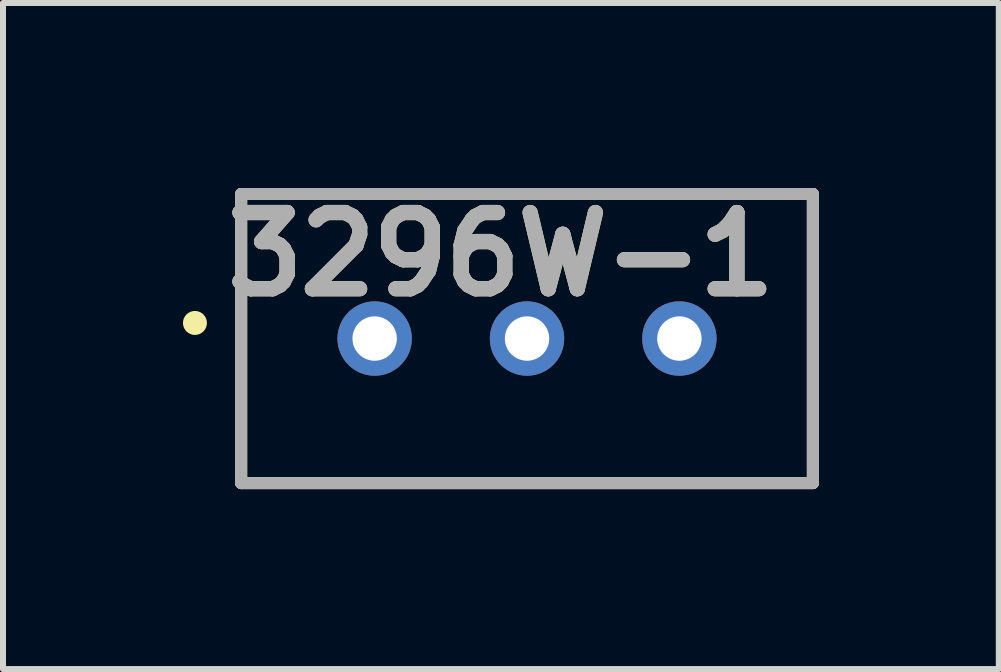
<source format=kicad_pcb>
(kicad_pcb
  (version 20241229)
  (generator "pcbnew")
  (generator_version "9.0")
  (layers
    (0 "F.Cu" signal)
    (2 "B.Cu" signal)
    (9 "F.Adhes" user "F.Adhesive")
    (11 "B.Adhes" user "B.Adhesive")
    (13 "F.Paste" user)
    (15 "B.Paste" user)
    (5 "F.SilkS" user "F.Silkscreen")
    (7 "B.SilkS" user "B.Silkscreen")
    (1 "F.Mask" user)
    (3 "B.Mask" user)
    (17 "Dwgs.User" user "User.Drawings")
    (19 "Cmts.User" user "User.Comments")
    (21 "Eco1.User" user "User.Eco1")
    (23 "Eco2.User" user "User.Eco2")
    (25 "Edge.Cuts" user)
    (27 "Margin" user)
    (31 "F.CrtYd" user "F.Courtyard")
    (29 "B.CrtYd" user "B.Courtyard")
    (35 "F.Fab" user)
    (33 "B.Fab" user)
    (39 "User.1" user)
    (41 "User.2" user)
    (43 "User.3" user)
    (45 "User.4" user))
  (footprint "3296W-1"
    (layer "F.Cu")
    (at 5.736 2.594)
    (property "Reference" "3296W-1" (at -0.432 -1.405 0) (layer "F.SilkS") (effects (font (size 1.27 1.27) (thickness 0.254))))
    (attr through_hole)
    (fp_line (start -4.765 -2.41) (end 4.765 -2.41) (stroke (width 0.2) (type solid)) (layer "F.SilkS"))
    (fp_line (start -4.765 2.41) (end -4.765 -2.41) (stroke (width 0.2) (type solid)) (layer "F.SilkS"))
    (fp_line (start 4.765 -2.41) (end 4.765 2.41) (stroke (width 0.2) (type solid)) (layer "F.SilkS"))
    (fp_line (start 4.765 2.41) (end -4.765 2.41) (stroke (width 0.2) (type solid)) (layer "F.SilkS"))
    (fp_circle (center -5.536 -0.26) (end -5.536 -0.16) (stroke (width 0.2) (type solid)) (fill no) (layer "F.SilkS"))
    (fp_line (start -4.765 -2.41) (end 4.765 -2.41) (stroke (width 0.2) (type solid)) (layer "F.Fab"))
    (fp_line (start -4.765 2.41) (end -4.765 -2.41) (stroke (width 0.2) (type solid)) (layer "F.Fab"))
    (fp_line (start 4.765 -2.41) (end 4.765 2.41) (stroke (width 0.2) (type solid)) (layer "F.Fab"))
    (fp_line (start 4.765 2.41) (end -4.765 2.41) (stroke (width 0.2) (type solid)) (layer "F.Fab"))
    (fp_text user "${REFERENCE}" (at -0.432 -1.405 0) (layer "F.Fab") (effects (font (size 1.27 1.27) (thickness 0.254))))
    (pad "1" thru_hole circle (at -2.54 0) (size 1.24 1.24) (drill 0.74) (layers "*.Cu" "*.Mask"))
    (pad "2" thru_hole circle (at 0 0) (size 1.24 1.24) (drill 0.74) (layers "*.Cu" "*.Mask"))
    (pad "3" thru_hole circle (at 2.54 0) (size 1.24 1.24) (drill 0.74) (layers "*.Cu" "*.Mask")))
  (gr_rect
    (start -3 -3)
    (end 13.601 8.104)
    (stroke (width 0.1) (type default))
    (fill no)
    (layer "Edge.Cuts")))
</source>
